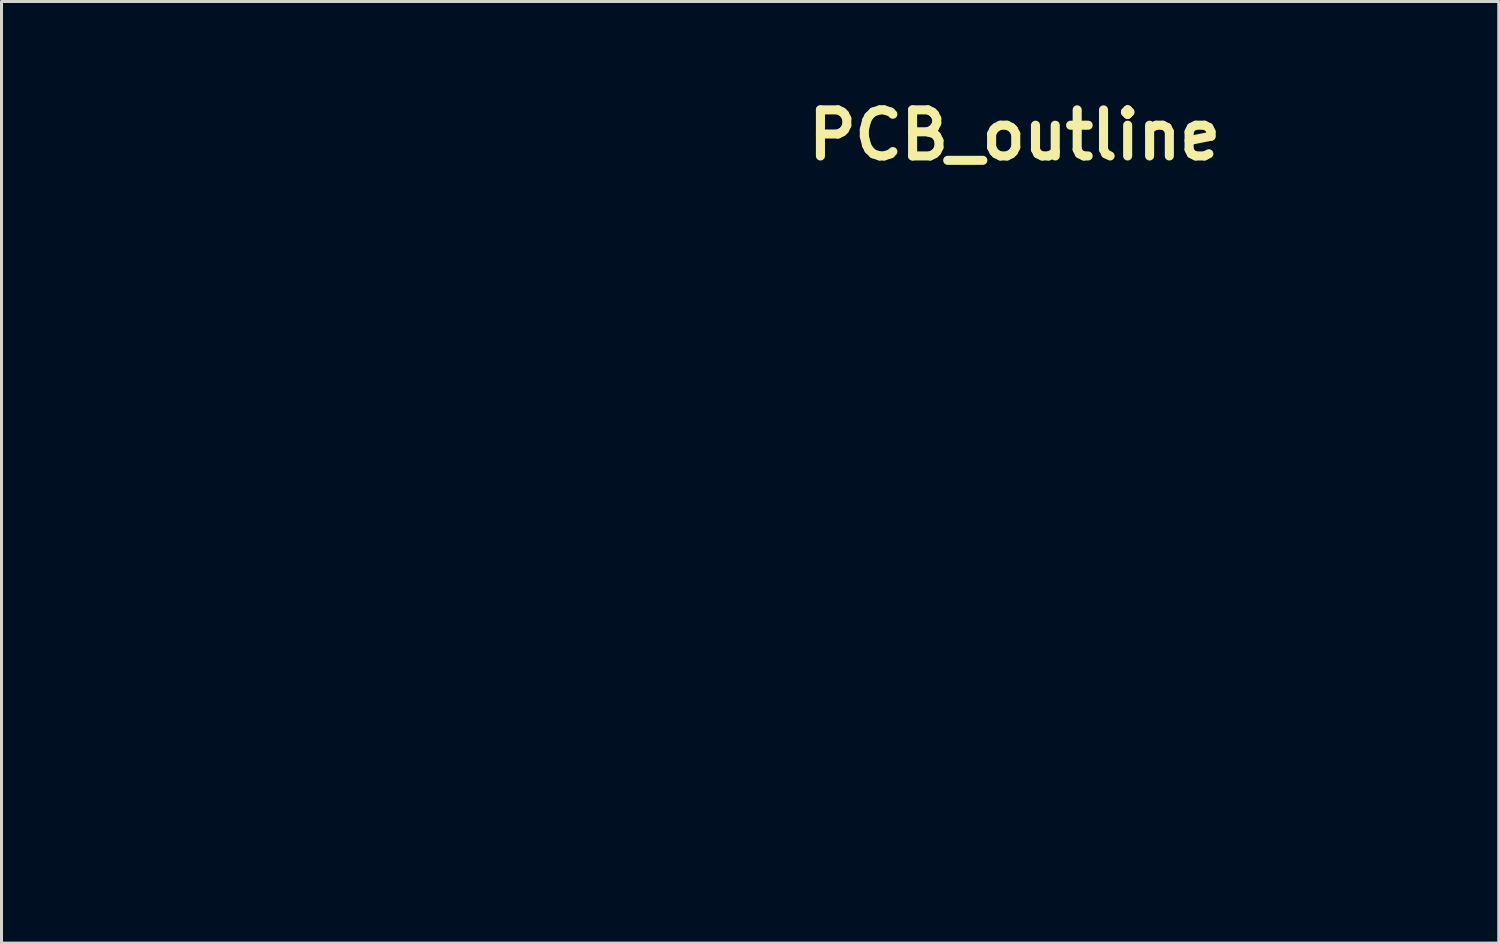
<source format=kicad_pcb>
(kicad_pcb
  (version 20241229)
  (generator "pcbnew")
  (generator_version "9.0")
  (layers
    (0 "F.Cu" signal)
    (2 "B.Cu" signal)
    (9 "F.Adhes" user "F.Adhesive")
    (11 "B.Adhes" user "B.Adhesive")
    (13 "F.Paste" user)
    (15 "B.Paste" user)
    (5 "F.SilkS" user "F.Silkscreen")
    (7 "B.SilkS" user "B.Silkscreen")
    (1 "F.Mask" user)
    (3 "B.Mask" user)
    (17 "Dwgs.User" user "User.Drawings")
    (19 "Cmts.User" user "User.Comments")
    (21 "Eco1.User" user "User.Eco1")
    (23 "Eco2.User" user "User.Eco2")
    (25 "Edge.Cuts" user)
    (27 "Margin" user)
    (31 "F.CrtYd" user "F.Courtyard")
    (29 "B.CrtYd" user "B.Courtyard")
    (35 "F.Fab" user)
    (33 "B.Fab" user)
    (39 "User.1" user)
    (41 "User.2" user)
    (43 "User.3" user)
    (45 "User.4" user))
  (footprint "PCB_outline"
    (layer "F.Cu")
    (at 21.745 17.888)
    (property "Reference" "PCB_outline" (at 8.76 -16.47 0) (layer "F.SilkS") (effects (font (size 1.524 1.524) (thickness 0.3))))
    (attr through_hole)
    (fp_poly (pts (xy 21.765 7.247) (xy -21.74 7.247) (xy -21.74 5.235) (xy -18.42 5.235) (xy -18.42 5.89) (xy -16.651 5.89) (xy -16.651 5.235) (xy -18.42 5.235) (xy -21.74 5.235) (xy -21.74 4.195) (xy -9.452 4.195) (xy -9.43 4.465) (xy -9.366 4.717) (xy -9.264 4.948) (xy -9.127 5.155) (xy -8.959 5.335) (xy -8.764 5.484) (xy -8.546 5.601) (xy -8.309 5.682) (xy -8.057 5.724) (xy -7.793 5.724) (xy -7.527 5.681) (xy -7.316 5.609) (xy -7.107 5.499) (xy -6.915 5.362) (xy -6.752 5.205) (xy -6.707 5.15) (xy -6.566 4.926) (xy -6.465 4.683) (xy -6.406 4.428) (xy -6.389 4.166) (xy -6.414 3.906) (xy -6.483 3.653) (xy -6.548 3.502) (xy -6.69 3.27) (xy -6.864 3.074) (xy -7.072 2.912) (xy -7.278 2.8) (xy -7.445 2.733) (xy -7.603 2.691) (xy -7.773 2.67) (xy -7.921 2.666) (xy -8.192 2.687) (xy -8.439 2.747) (xy -8.666 2.85) (xy -8.878 2.998) (xy -9.005 3.114) (xy -9.181 3.319) (xy -9.312 3.537) (xy -9.399 3.772) (xy -9.444 4.028) (xy -9.452 4.195) (xy -21.74 4.195) (xy -21.74 1.672) (xy -20.431 1.672) (xy -20.431 2.206) (xy -18.808 2.206) (xy -18.808 1.672) (xy -20.431 1.672) (xy -21.74 1.672) (xy -21.74 -0.291) (xy -18.42 -0.291) (xy -18.42 0.388) (xy -16.651 0.388) (xy -16.651 -0.291) (xy -18.42 -0.291) (xy -21.74 -0.291) (xy -21.74 -2.229) (xy -7.395 -2.229) (xy -7.391 -2.027) (xy -7.367 -1.878) (xy -7.288 -1.652) (xy -7.169 -1.446) (xy -7.014 -1.266) (xy -6.829 -1.117) (xy -6.619 -1.005) (xy -6.398 -0.935) (xy -6.226 -0.906) (xy -6.07 -0.902) (xy -5.904 -0.923) (xy -5.853 -0.933) (xy -5.618 -1.007) (xy -5.405 -1.121) (xy -5.221 -1.271) (xy -5.067 -1.454) (xy -4.95 -1.666) (xy -4.883 -1.859) (xy -4.859 -1.999) (xy -4.849 -2.162) (xy -4.854 -2.328) (xy -4.873 -2.476) (xy -4.883 -2.517) (xy -4.967 -2.745) (xy -5.091 -2.948) (xy -5.248 -3.123) (xy -5.434 -3.266) (xy -5.645 -3.373) (xy -5.874 -3.441) (xy -6.116 -3.466) (xy -6.124 -3.466) (xy -6.374 -3.443) (xy -6.606 -3.376) (xy -6.818 -3.265) (xy -7.006 -3.114) (xy -7.169 -2.923) (xy -7.252 -2.794) (xy -7.324 -2.628) (xy -7.372 -2.435) (xy -7.395 -2.229) (xy -21.74 -2.229) (xy -21.74 -3.975) (xy -20.431 -3.975) (xy -20.431 -3.32) (xy -18.638 -3.32) (xy -18.638 -3.975) (xy -20.431 -3.975) (xy -21.74 -3.975) (xy -21.74 -4.896) (xy 0.772 -4.896) (xy 0.82 -4.817) (xy 0.841 -4.782) (xy 0.883 -4.709) (xy 0.945 -4.602) (xy 1.025 -4.465) (xy 1.12 -4.301) (xy 1.228 -4.115) (xy 1.346 -3.911) (xy 1.473 -3.692) (xy 1.606 -3.462) (xy 2.344 -2.185) (xy 1.631 -0.953) (xy 1.499 -0.726) (xy 1.373 -0.507) (xy 1.254 -0.302) (xy 1.146 -0.115) (xy 1.05 0.05) (xy 0.97 0.19) (xy 0.907 0.299) (xy 0.864 0.374) (xy 0.845 0.406) (xy 0.772 0.533) (xy 11.646 0.533) (xy 12.432 -0.827) (xy 12.596 -1.111) (xy 12.736 -1.357) (xy 12.855 -1.565) (xy 12.954 -1.74) (xy 13.033 -1.883) (xy 13.095 -1.998) (xy 13.141 -2.086) (xy 13.172 -2.151) (xy 13.189 -2.195) (xy 13.193 -2.215) (xy 17.615 -2.215) (xy 17.633 -1.961) (xy 17.691 -1.731) (xy 17.792 -1.523) (xy 17.936 -1.332) (xy 17.983 -1.283) (xy 18.175 -1.122) (xy 18.387 -1.005) (xy 18.615 -0.932) (xy 18.856 -0.904) (xy 19.105 -0.923) (xy 19.159 -0.933) (xy 19.394 -1.007) (xy 19.607 -1.121) (xy 19.792 -1.271) (xy 19.945 -1.454) (xy 20.062 -1.666) (xy 20.129 -1.859) (xy 20.153 -1.999) (xy 20.163 -2.162) (xy 20.158 -2.328) (xy 20.139 -2.476) (xy 20.13 -2.517) (xy 20.045 -2.746) (xy 19.919 -2.951) (xy 19.758 -3.128) (xy 19.565 -3.273) (xy 19.345 -3.382) (xy 19.195 -3.43) (xy 19.034 -3.456) (xy 18.849 -3.46) (xy 18.663 -3.444) (xy 18.494 -3.407) (xy 18.458 -3.395) (xy 18.236 -3.292) (xy 18.043 -3.152) (xy 17.881 -2.98) (xy 17.754 -2.782) (xy 17.667 -2.562) (xy 17.621 -2.325) (xy 17.615 -2.215) (xy 13.193 -2.215) (xy 13.195 -2.22) (xy 13.193 -2.226) (xy 13.177 -2.254) (xy 13.139 -2.32) (xy 13.081 -2.42) (xy 13.005 -2.551) (xy 12.913 -2.71) (xy 12.808 -2.892) (xy 12.691 -3.094) (xy 12.565 -3.312) (xy 12.432 -3.542) (xy 12.41 -3.581) (xy 11.65 -4.896) (xy 0.772 -4.896) (xy -21.74 -4.896) (xy -21.74 -6.398) (xy -18.42 -6.398) (xy -18.42 -5.72) (xy -16.651 -5.72) (xy -16.651 -6.398) (xy -18.42 -6.398) (xy -21.74 -6.398) (xy -21.74 -7.223) (xy 21.765 -7.223) (xy 21.765 7.247)) (stroke (width 0.01) (type solid)) (fill no) (layer "Eco1.User")))
  (gr_rect
    (start -3 -3)
    (end 46.515 28.14)
    (stroke (width 0.1) (type default))
    (fill no)
    (layer "Edge.Cuts")))
</source>
